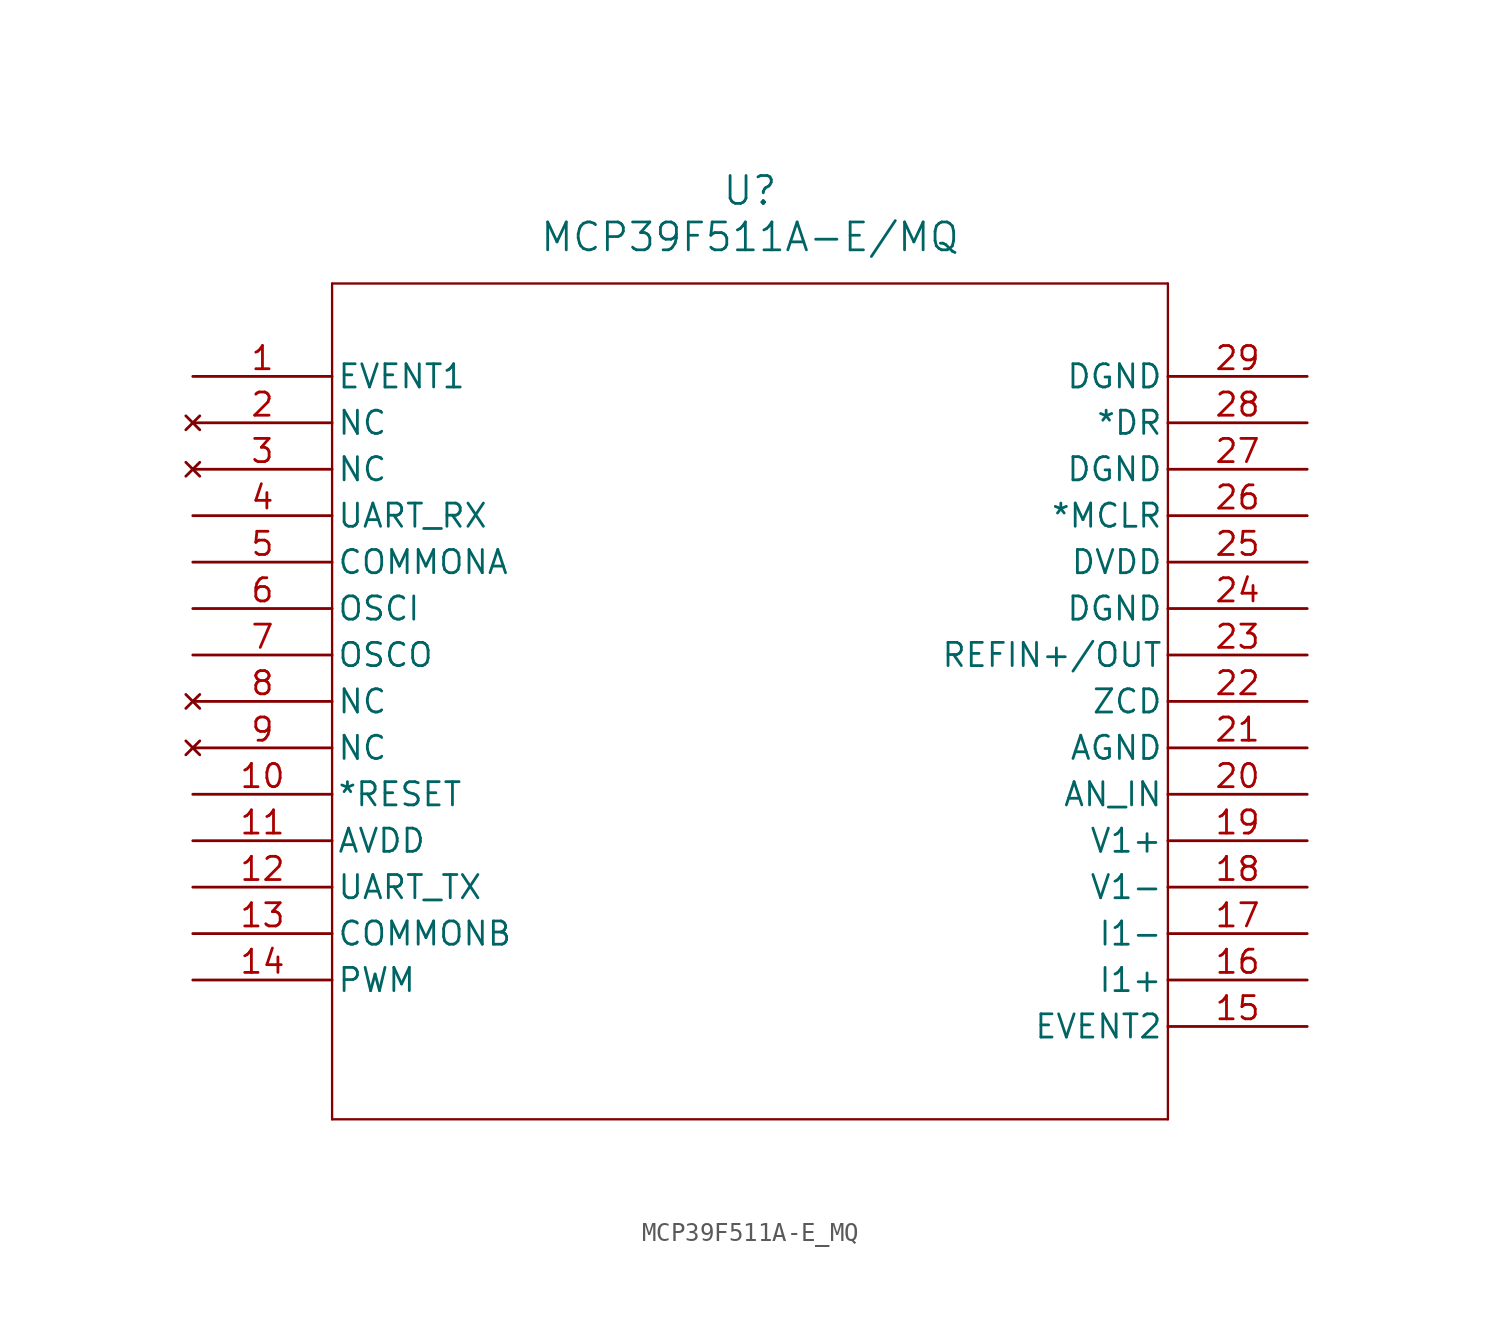
<source format=kicad_sym>
(kicad_symbol_lib
  (version 20211014)
  (generator kicad_symbol_editor)
  (symbol "MCP39F511A-E_MQ"
    (pin_names
      (offset 0.254))
    (property "Reference" "U"
      (at 30.48 10.16 0)
      (effects (font (size 1.524 1.524))))
    (property "Value" "MCP39F511A-E/MQ"
      (at 30.48 7.62 0)
      (effects (font (size 1.524 1.524))))
    (symbol "MCP39F511A-E_MQ_0_1"
      (polyline (pts (xy 7.62 5.08) (xy 7.62 -40.64)) (stroke (width 0.127) (type default) (color 0 0 0 0)) (fill (type none)))
      (polyline (pts (xy 7.62 -40.64) (xy 53.34 -40.64)) (stroke (width 0.127) (type default) (color 0 0 0 0)) (fill (type none)))
      (polyline (pts (xy 53.34 -40.64) (xy 53.34 5.08)) (stroke (width 0.127) (type default) (color 0 0 0 0)) (fill (type none)))
      (polyline (pts (xy 53.34 5.08) (xy 7.62 5.08)) (stroke (width 0.127) (type default) (color 0 0 0 0)) (fill (type none)))
      (pin output line (at 0 0 0) (length 7.62) (name "EVENT1" (effects (font (size 1.27 1.27)))) (number "1" (effects (font (size 1.27 1.27)))))
      (pin no_connect line (at 0 -2.54 0) (length 7.62) (name "NC" (effects (font (size 1.27 1.27)))) (number "2" (effects (font (size 1.27 1.27)))))
      (pin no_connect line (at 0 -5.08 0) (length 7.62) (name "NC" (effects (font (size 1.27 1.27)))) (number "3" (effects (font (size 1.27 1.27)))))
      (pin unspecified line (at 0 -7.62 0) (length 7.62) (name "UART_RX" (effects (font (size 1.27 1.27)))) (number "4" (effects (font (size 1.27 1.27)))))
      (pin unspecified line (at 0 -10.16 0) (length 7.62) (name "COMMONA" (effects (font (size 1.27 1.27)))) (number "5" (effects (font (size 1.27 1.27)))))
      (pin input line (at 0 -12.7 0) (length 7.62) (name "OSCI" (effects (font (size 1.27 1.27)))) (number "6" (effects (font (size 1.27 1.27)))))
      (pin output line (at 0 -15.24 0) (length 7.62) (name "OSCO" (effects (font (size 1.27 1.27)))) (number "7" (effects (font (size 1.27 1.27)))))
      (pin no_connect line (at 0 -17.78 0) (length 7.62) (name "NC" (effects (font (size 1.27 1.27)))) (number "8" (effects (font (size 1.27 1.27)))))
      (pin no_connect line (at 0 -20.32 0) (length 7.62) (name "NC" (effects (font (size 1.27 1.27)))) (number "9" (effects (font (size 1.27 1.27)))))
      (pin input line (at 0 -22.86 0) (length 7.62) (name "*RESET" (effects (font (size 1.27 1.27)))) (number "10" (effects (font (size 1.27 1.27)))))
      (pin power_in line (at 0 -25.4 0) (length 7.62) (name "AVDD" (effects (font (size 1.27 1.27)))) (number "11" (effects (font (size 1.27 1.27)))))
      (pin unspecified line (at 0 -27.94 0) (length 7.62) (name "UART_TX" (effects (font (size 1.27 1.27)))) (number "12" (effects (font (size 1.27 1.27)))))
      (pin unspecified line (at 0 -30.48 0) (length 7.62) (name "COMMONB" (effects (font (size 1.27 1.27)))) (number "13" (effects (font (size 1.27 1.27)))))
      (pin output line (at 0 -33.02 0) (length 7.62) (name "PWM" (effects (font (size 1.27 1.27)))) (number "14" (effects (font (size 1.27 1.27)))))
      (pin output line (at 60.96 -35.56 180) (length 7.62) (name "EVENT2" (effects (font (size 1.27 1.27)))) (number "15" (effects (font (size 1.27 1.27)))))
      (pin input line (at 60.96 -33.02 180) (length 7.62) (name "I1+" (effects (font (size 1.27 1.27)))) (number "16" (effects (font (size 1.27 1.27)))))
      (pin input line (at 60.96 -30.48 180) (length 7.62) (name "I1-" (effects (font (size 1.27 1.27)))) (number "17" (effects (font (size 1.27 1.27)))))
      (pin input line (at 60.96 -27.94 180) (length 7.62) (name "V1-" (effects (font (size 1.27 1.27)))) (number "18" (effects (font (size 1.27 1.27)))))
      (pin input line (at 60.96 -25.4 180) (length 7.62) (name "V1+" (effects (font (size 1.27 1.27)))) (number "19" (effects (font (size 1.27 1.27)))))
      (pin unspecified line (at 60.96 -22.86 180) (length 7.62) (name "AN_IN" (effects (font (size 1.27 1.27)))) (number "20" (effects (font (size 1.27 1.27)))))
      (pin power_out line (at 60.96 -20.32 180) (length 7.62) (name "AGND" (effects (font (size 1.27 1.27)))) (number "21" (effects (font (size 1.27 1.27)))))
      (pin output line (at 60.96 -17.78 180) (length 7.62) (name "ZCD" (effects (font (size 1.27 1.27)))) (number "22" (effects (font (size 1.27 1.27)))))
      (pin unspecified line (at 60.96 -15.24 180) (length 7.62) (name "REFIN+/OUT" (effects (font (size 1.27 1.27)))) (number "23" (effects (font (size 1.27 1.27)))))
      (pin power_out line (at 60.96 -12.7 180) (length 7.62) (name "DGND" (effects (font (size 1.27 1.27)))) (number "24" (effects (font (size 1.27 1.27)))))
      (pin power_in line (at 60.96 -10.16 180) (length 7.62) (name "DVDD" (effects (font (size 1.27 1.27)))) (number "25" (effects (font (size 1.27 1.27)))))
      (pin input line (at 60.96 -7.62 180) (length 7.62) (name "*MCLR" (effects (font (size 1.27 1.27)))) (number "26" (effects (font (size 1.27 1.27)))))
      (pin power_out line (at 60.96 -5.08 180) (length 7.62) (name "DGND" (effects (font (size 1.27 1.27)))) (number "27" (effects (font (size 1.27 1.27)))))
      (pin unspecified line (at 60.96 -2.54 180) (length 7.62) (name "*DR" (effects (font (size 1.27 1.27)))) (number "28" (effects (font (size 1.27 1.27)))))
      (pin power_out line (at 60.96 0 180) (length 7.62) (name "DGND" (effects (font (size 1.27 1.27)))) (number "29" (effects (font (size 1.27 1.27))))))))
</source>
